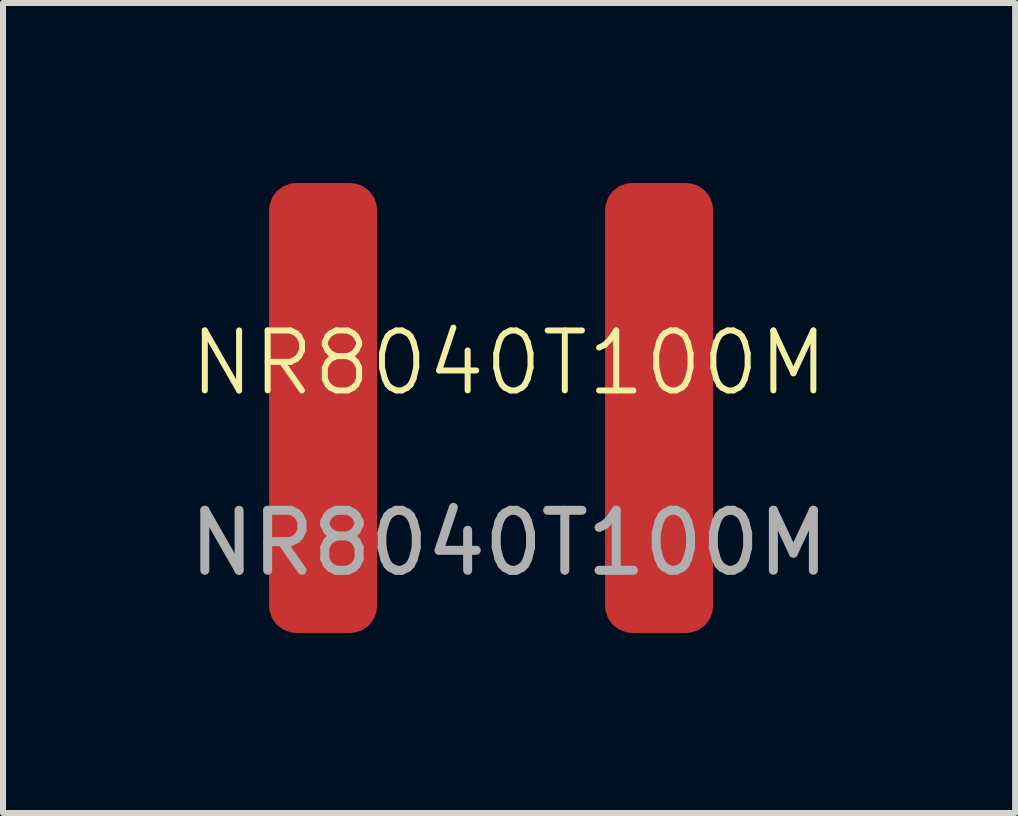
<source format=kicad_pcb>
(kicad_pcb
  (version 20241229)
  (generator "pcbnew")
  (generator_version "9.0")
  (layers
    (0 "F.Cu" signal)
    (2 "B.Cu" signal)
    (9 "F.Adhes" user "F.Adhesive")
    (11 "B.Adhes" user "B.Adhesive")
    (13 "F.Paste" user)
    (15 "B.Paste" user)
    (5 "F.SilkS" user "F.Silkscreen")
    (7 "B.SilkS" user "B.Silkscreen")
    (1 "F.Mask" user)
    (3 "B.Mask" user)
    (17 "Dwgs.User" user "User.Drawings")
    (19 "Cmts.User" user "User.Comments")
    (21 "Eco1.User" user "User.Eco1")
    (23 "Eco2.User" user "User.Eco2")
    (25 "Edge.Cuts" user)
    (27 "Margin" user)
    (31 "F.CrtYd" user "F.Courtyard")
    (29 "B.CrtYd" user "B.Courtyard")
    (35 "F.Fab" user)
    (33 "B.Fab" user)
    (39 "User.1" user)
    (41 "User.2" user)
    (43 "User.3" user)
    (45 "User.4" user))
  (footprint "NR8040T100M"
    (layer "F.Cu")
    (at 2.335 3.75)
    (property "Reference" "NR8040T100M" (at 3.1 -0.75 0) (unlocked yes) (layer "F.SilkS") (effects (font (size 1 1) (thickness 0.1))))
    (attr smd)
    (fp_text user "${REFERENCE}" (at 3.1 2.25 0) (unlocked yes) (layer "F.Fab") (effects (font (size 1 1) (thickness 0.15))))
    (pad "1" smd roundrect (at 0 0) (size 1.8 7.5) (layers "F.Cu" "F.Mask" "F.Paste") (roundrect_rratio 0.25))
    (pad "2" smd roundrect (at 5.6 0) (size 1.8 7.5) (layers "F.Cu" "F.Mask" "F.Paste") (roundrect_rratio 0.25)))
  (gr_rect
    (start -3 -3)
    (end 13.869 10.5)
    (stroke (width 0.1) (type default))
    (fill no)
    (layer "Edge.Cuts")))
</source>
